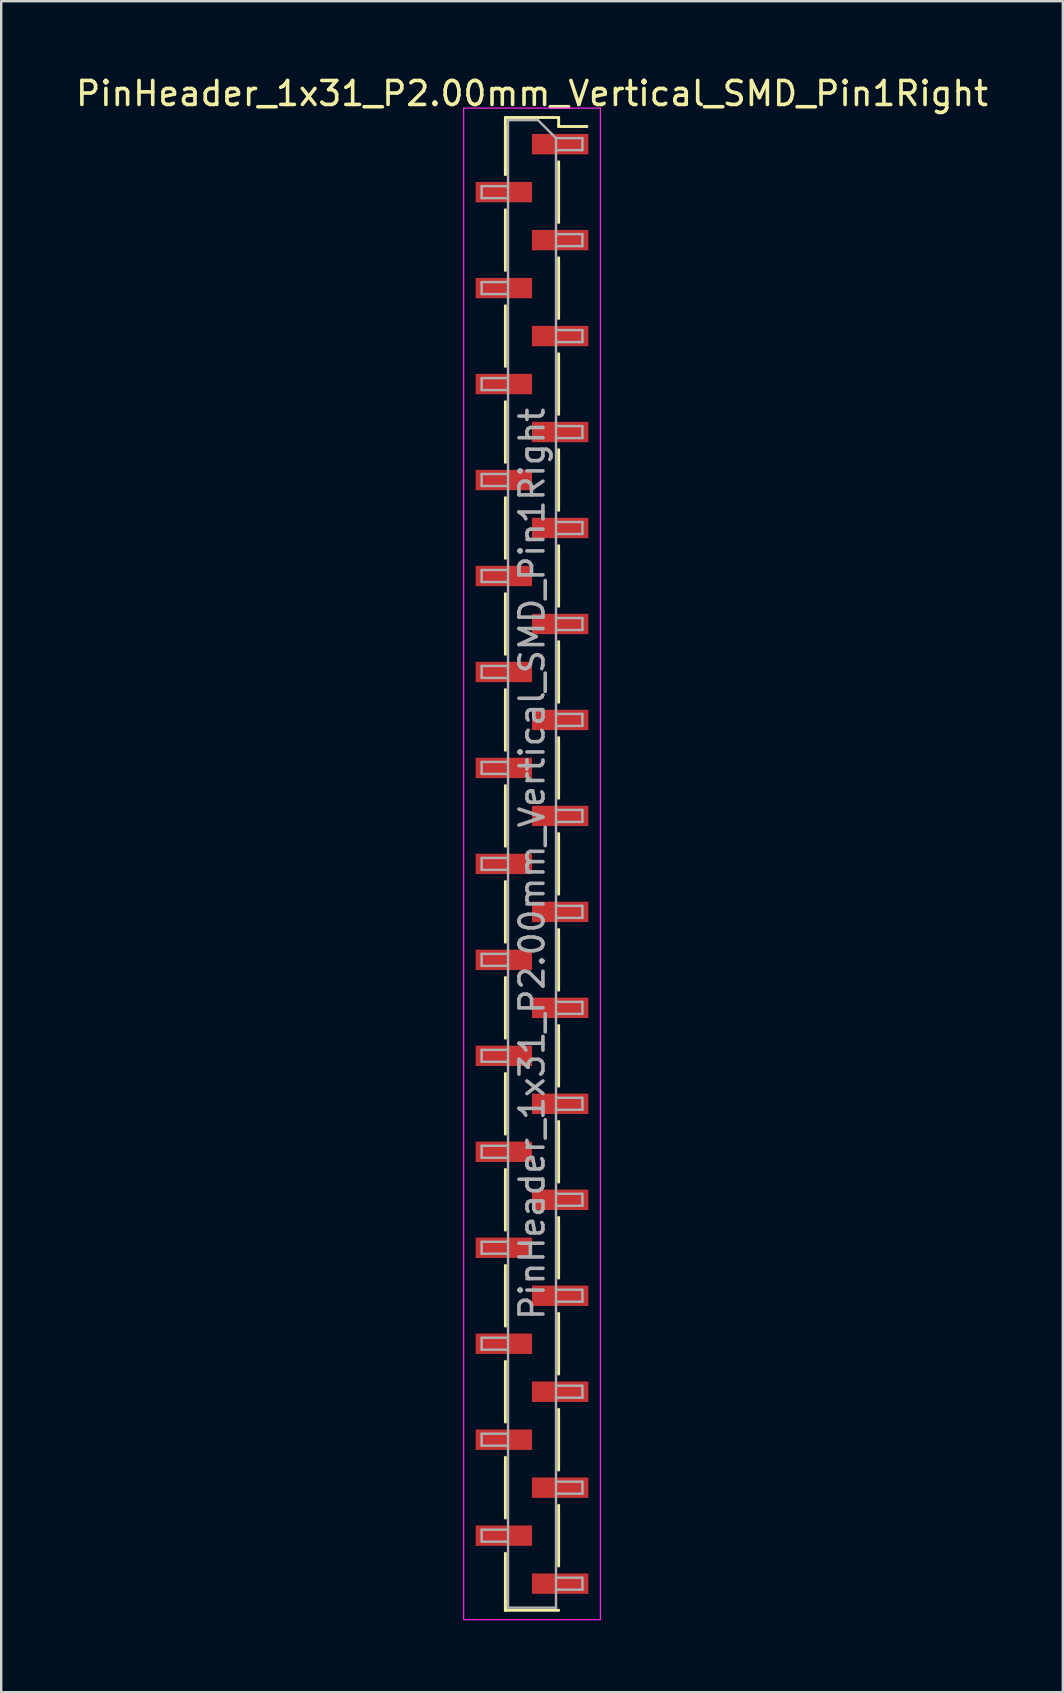
<source format=kicad_pcb>
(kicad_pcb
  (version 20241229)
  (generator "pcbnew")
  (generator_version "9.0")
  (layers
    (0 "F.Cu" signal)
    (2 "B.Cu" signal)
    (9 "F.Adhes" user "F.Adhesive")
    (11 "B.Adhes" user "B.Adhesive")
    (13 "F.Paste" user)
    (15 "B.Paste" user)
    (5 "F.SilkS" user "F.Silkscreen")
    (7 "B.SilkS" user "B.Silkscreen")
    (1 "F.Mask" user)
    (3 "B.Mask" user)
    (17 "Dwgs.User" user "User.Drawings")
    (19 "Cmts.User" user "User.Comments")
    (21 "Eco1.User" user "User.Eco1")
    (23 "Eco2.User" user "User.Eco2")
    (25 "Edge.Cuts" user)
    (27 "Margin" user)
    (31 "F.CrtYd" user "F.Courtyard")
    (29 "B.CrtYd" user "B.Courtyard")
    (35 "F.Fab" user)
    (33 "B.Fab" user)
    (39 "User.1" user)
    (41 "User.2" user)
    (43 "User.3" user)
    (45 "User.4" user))
  (footprint "PinHeader_1x31_P2.00mm_Vertical_SMD_Pin1Right"
    (layer "F.Cu")
    (at 19.125 32.958)
    (property "Reference" "PinHeader_1x31_P2.00mm_Vertical_SMD_Pin1Right" (at 0 -32.11 0) (layer "F.SilkS") (effects (font (size 1 1) (thickness 0.15))))
    (attr smd)
    (fp_line (start -1.11 -31.11) (end -1.11 -28.735) (stroke (width 0.12) (type solid)) (layer "F.SilkS"))
    (fp_line (start -1.11 -31.11) (end 1.11 -31.11) (stroke (width 0.12) (type solid)) (layer "F.SilkS"))
    (fp_line (start -1.11 -30.735) (end -1.11 -28.735) (stroke (width 0.12) (type solid)) (layer "F.SilkS"))
    (fp_line (start -1.11 -27.265) (end -1.11 -24.735) (stroke (width 0.12) (type solid)) (layer "F.SilkS"))
    (fp_line (start -1.11 -23.265) (end -1.11 -20.735) (stroke (width 0.12) (type solid)) (layer "F.SilkS"))
    (fp_line (start -1.11 -19.265) (end -1.11 -16.735) (stroke (width 0.12) (type solid)) (layer "F.SilkS"))
    (fp_line (start -1.11 -15.265) (end -1.11 -12.735) (stroke (width 0.12) (type solid)) (layer "F.SilkS"))
    (fp_line (start -1.11 -11.265) (end -1.11 -8.735) (stroke (width 0.12) (type solid)) (layer "F.SilkS"))
    (fp_line (start -1.11 -7.265) (end -1.11 -4.735) (stroke (width 0.12) (type solid)) (layer "F.SilkS"))
    (fp_line (start -1.11 -3.265) (end -1.11 -0.735) (stroke (width 0.12) (type solid)) (layer "F.SilkS"))
    (fp_line (start -1.11 0.735) (end -1.11 3.265) (stroke (width 0.12) (type solid)) (layer "F.SilkS"))
    (fp_line (start -1.11 4.735) (end -1.11 7.265) (stroke (width 0.12) (type solid)) (layer "F.SilkS"))
    (fp_line (start -1.11 8.735) (end -1.11 11.265) (stroke (width 0.12) (type solid)) (layer "F.SilkS"))
    (fp_line (start -1.11 12.735) (end -1.11 15.265) (stroke (width 0.12) (type solid)) (layer "F.SilkS"))
    (fp_line (start -1.11 16.735) (end -1.11 19.265) (stroke (width 0.12) (type solid)) (layer "F.SilkS"))
    (fp_line (start -1.11 20.735) (end -1.11 23.265) (stroke (width 0.12) (type solid)) (layer "F.SilkS"))
    (fp_line (start -1.11 24.735) (end -1.11 27.265) (stroke (width 0.12) (type solid)) (layer "F.SilkS"))
    (fp_line (start -1.11 28.735) (end -1.11 31.11) (stroke (width 0.12) (type solid)) (layer "F.SilkS"))
    (fp_line (start -1.11 30.735) (end -1.11 31.11) (stroke (width 0.12) (type solid)) (layer "F.SilkS"))
    (fp_line (start -1.11 31.11) (end 1.11 31.11) (stroke (width 0.12) (type solid)) (layer "F.SilkS"))
    (fp_line (start 1.11 -31.11) (end 1.11 -30.735) (stroke (width 0.12) (type solid)) (layer "F.SilkS"))
    (fp_line (start 1.11 -30.735) (end 2.29 -30.735) (stroke (width 0.12) (type solid)) (layer "F.SilkS"))
    (fp_line (start 1.11 -29.265) (end 1.11 -26.735) (stroke (width 0.12) (type solid)) (layer "F.SilkS"))
    (fp_line (start 1.11 -25.265) (end 1.11 -22.735) (stroke (width 0.12) (type solid)) (layer "F.SilkS"))
    (fp_line (start 1.11 -21.265) (end 1.11 -18.735) (stroke (width 0.12) (type solid)) (layer "F.SilkS"))
    (fp_line (start 1.11 -17.265) (end 1.11 -14.735) (stroke (width 0.12) (type solid)) (layer "F.SilkS"))
    (fp_line (start 1.11 -13.265) (end 1.11 -10.735) (stroke (width 0.12) (type solid)) (layer "F.SilkS"))
    (fp_line (start 1.11 -9.265) (end 1.11 -6.735) (stroke (width 0.12) (type solid)) (layer "F.SilkS"))
    (fp_line (start 1.11 -5.265) (end 1.11 -2.735) (stroke (width 0.12) (type solid)) (layer "F.SilkS"))
    (fp_line (start 1.11 -1.265) (end 1.11 1.265) (stroke (width 0.12) (type solid)) (layer "F.SilkS"))
    (fp_line (start 1.11 2.735) (end 1.11 5.265) (stroke (width 0.12) (type solid)) (layer "F.SilkS"))
    (fp_line (start 1.11 6.735) (end 1.11 9.265) (stroke (width 0.12) (type solid)) (layer "F.SilkS"))
    (fp_line (start 1.11 10.735) (end 1.11 13.265) (stroke (width 0.12) (type solid)) (layer "F.SilkS"))
    (fp_line (start 1.11 14.735) (end 1.11 17.265) (stroke (width 0.12) (type solid)) (layer "F.SilkS"))
    (fp_line (start 1.11 18.735) (end 1.11 21.265) (stroke (width 0.12) (type solid)) (layer "F.SilkS"))
    (fp_line (start 1.11 22.735) (end 1.11 25.265) (stroke (width 0.12) (type solid)) (layer "F.SilkS"))
    (fp_line (start 1.11 26.735) (end 1.11 29.265) (stroke (width 0.12) (type solid)) (layer "F.SilkS"))
    (fp_line (start -2.85 -31.5) (end -2.85 31.5) (stroke (width 0.05) (type solid)) (layer "F.CrtYd"))
    (fp_line (start -2.85 31.5) (end 2.85 31.5) (stroke (width 0.05) (type solid)) (layer "F.CrtYd"))
    (fp_line (start 2.85 -31.5) (end -2.85 -31.5) (stroke (width 0.05) (type solid)) (layer "F.CrtYd"))
    (fp_line (start 2.85 31.5) (end 2.85 -31.5) (stroke (width 0.05) (type solid)) (layer "F.CrtYd"))
    (fp_line (start -2.1 -28.25) (end -2.1 -27.75) (stroke (width 0.1) (type solid)) (layer "F.Fab"))
    (fp_line (start -2.1 -27.75) (end -1 -27.75) (stroke (width 0.1) (type solid)) (layer "F.Fab"))
    (fp_line (start -2.1 -24.25) (end -2.1 -23.75) (stroke (width 0.1) (type solid)) (layer "F.Fab"))
    (fp_line (start -2.1 -23.75) (end -1 -23.75) (stroke (width 0.1) (type solid)) (layer "F.Fab"))
    (fp_line (start -2.1 -20.25) (end -2.1 -19.75) (stroke (width 0.1) (type solid)) (layer "F.Fab"))
    (fp_line (start -2.1 -19.75) (end -1 -19.75) (stroke (width 0.1) (type solid)) (layer "F.Fab"))
    (fp_line (start -2.1 -16.25) (end -2.1 -15.75) (stroke (width 0.1) (type solid)) (layer "F.Fab"))
    (fp_line (start -2.1 -15.75) (end -1 -15.75) (stroke (width 0.1) (type solid)) (layer "F.Fab"))
    (fp_line (start -2.1 -12.25) (end -2.1 -11.75) (stroke (width 0.1) (type solid)) (layer "F.Fab"))
    (fp_line (start -2.1 -11.75) (end -1 -11.75) (stroke (width 0.1) (type solid)) (layer "F.Fab"))
    (fp_line (start -2.1 -8.25) (end -2.1 -7.75) (stroke (width 0.1) (type solid)) (layer "F.Fab"))
    (fp_line (start -2.1 -7.75) (end -1 -7.75) (stroke (width 0.1) (type solid)) (layer "F.Fab"))
    (fp_line (start -2.1 -4.25) (end -2.1 -3.75) (stroke (width 0.1) (type solid)) (layer "F.Fab"))
    (fp_line (start -2.1 -3.75) (end -1 -3.75) (stroke (width 0.1) (type solid)) (layer "F.Fab"))
    (fp_line (start -2.1 -0.25) (end -2.1 0.25) (stroke (width 0.1) (type solid)) (layer "F.Fab"))
    (fp_line (start -2.1 0.25) (end -1 0.25) (stroke (width 0.1) (type solid)) (layer "F.Fab"))
    (fp_line (start -2.1 3.75) (end -2.1 4.25) (stroke (width 0.1) (type solid)) (layer "F.Fab"))
    (fp_line (start -2.1 4.25) (end -1 4.25) (stroke (width 0.1) (type solid)) (layer "F.Fab"))
    (fp_line (start -2.1 7.75) (end -2.1 8.25) (stroke (width 0.1) (type solid)) (layer "F.Fab"))
    (fp_line (start -2.1 8.25) (end -1 8.25) (stroke (width 0.1) (type solid)) (layer "F.Fab"))
    (fp_line (start -2.1 11.75) (end -2.1 12.25) (stroke (width 0.1) (type solid)) (layer "F.Fab"))
    (fp_line (start -2.1 12.25) (end -1 12.25) (stroke (width 0.1) (type solid)) (layer "F.Fab"))
    (fp_line (start -2.1 15.75) (end -2.1 16.25) (stroke (width 0.1) (type solid)) (layer "F.Fab"))
    (fp_line (start -2.1 16.25) (end -1 16.25) (stroke (width 0.1) (type solid)) (layer "F.Fab"))
    (fp_line (start -2.1 19.75) (end -2.1 20.25) (stroke (width 0.1) (type solid)) (layer "F.Fab"))
    (fp_line (start -2.1 20.25) (end -1 20.25) (stroke (width 0.1) (type solid)) (layer "F.Fab"))
    (fp_line (start -2.1 23.75) (end -2.1 24.25) (stroke (width 0.1) (type solid)) (layer "F.Fab"))
    (fp_line (start -2.1 24.25) (end -1 24.25) (stroke (width 0.1) (type solid)) (layer "F.Fab"))
    (fp_line (start -2.1 27.75) (end -2.1 28.25) (stroke (width 0.1) (type solid)) (layer "F.Fab"))
    (fp_line (start -2.1 28.25) (end -1 28.25) (stroke (width 0.1) (type solid)) (layer "F.Fab"))
    (fp_line (start -1 -31) (end -1 31) (stroke (width 0.1) (type solid)) (layer "F.Fab"))
    (fp_line (start -1 -31) (end 0.25 -31) (stroke (width 0.1) (type solid)) (layer "F.Fab"))
    (fp_line (start -1 -28.25) (end -2.1 -28.25) (stroke (width 0.1) (type solid)) (layer "F.Fab"))
    (fp_line (start -1 -24.25) (end -2.1 -24.25) (stroke (width 0.1) (type solid)) (layer "F.Fab"))
    (fp_line (start -1 -20.25) (end -2.1 -20.25) (stroke (width 0.1) (type solid)) (layer "F.Fab"))
    (fp_line (start -1 -16.25) (end -2.1 -16.25) (stroke (width 0.1) (type solid)) (layer "F.Fab"))
    (fp_line (start -1 -12.25) (end -2.1 -12.25) (stroke (width 0.1) (type solid)) (layer "F.Fab"))
    (fp_line (start -1 -8.25) (end -2.1 -8.25) (stroke (width 0.1) (type solid)) (layer "F.Fab"))
    (fp_line (start -1 -4.25) (end -2.1 -4.25) (stroke (width 0.1) (type solid)) (layer "F.Fab"))
    (fp_line (start -1 -0.25) (end -2.1 -0.25) (stroke (width 0.1) (type solid)) (layer "F.Fab"))
    (fp_line (start -1 3.75) (end -2.1 3.75) (stroke (width 0.1) (type solid)) (layer "F.Fab"))
    (fp_line (start -1 7.75) (end -2.1 7.75) (stroke (width 0.1) (type solid)) (layer "F.Fab"))
    (fp_line (start -1 11.75) (end -2.1 11.75) (stroke (width 0.1) (type solid)) (layer "F.Fab"))
    (fp_line (start -1 15.75) (end -2.1 15.75) (stroke (width 0.1) (type solid)) (layer "F.Fab"))
    (fp_line (start -1 19.75) (end -2.1 19.75) (stroke (width 0.1) (type solid)) (layer "F.Fab"))
    (fp_line (start -1 23.75) (end -2.1 23.75) (stroke (width 0.1) (type solid)) (layer "F.Fab"))
    (fp_line (start -1 27.75) (end -2.1 27.75) (stroke (width 0.1) (type solid)) (layer "F.Fab"))
    (fp_line (start 1 -30.25) (end 0.25 -31) (stroke (width 0.1) (type solid)) (layer "F.Fab"))
    (fp_line (start 1 -30.25) (end 2.1 -30.25) (stroke (width 0.1) (type solid)) (layer "F.Fab"))
    (fp_line (start 1 -26.25) (end 2.1 -26.25) (stroke (width 0.1) (type solid)) (layer "F.Fab"))
    (fp_line (start 1 -22.25) (end 2.1 -22.25) (stroke (width 0.1) (type solid)) (layer "F.Fab"))
    (fp_line (start 1 -18.25) (end 2.1 -18.25) (stroke (width 0.1) (type solid)) (layer "F.Fab"))
    (fp_line (start 1 -14.25) (end 2.1 -14.25) (stroke (width 0.1) (type solid)) (layer "F.Fab"))
    (fp_line (start 1 -10.25) (end 2.1 -10.25) (stroke (width 0.1) (type solid)) (layer "F.Fab"))
    (fp_line (start 1 -6.25) (end 2.1 -6.25) (stroke (width 0.1) (type solid)) (layer "F.Fab"))
    (fp_line (start 1 -2.25) (end 2.1 -2.25) (stroke (width 0.1) (type solid)) (layer "F.Fab"))
    (fp_line (start 1 1.75) (end 2.1 1.75) (stroke (width 0.1) (type solid)) (layer "F.Fab"))
    (fp_line (start 1 5.75) (end 2.1 5.75) (stroke (width 0.1) (type solid)) (layer "F.Fab"))
    (fp_line (start 1 9.75) (end 2.1 9.75) (stroke (width 0.1) (type solid)) (layer "F.Fab"))
    (fp_line (start 1 13.75) (end 2.1 13.75) (stroke (width 0.1) (type solid)) (layer "F.Fab"))
    (fp_line (start 1 17.75) (end 2.1 17.75) (stroke (width 0.1) (type solid)) (layer "F.Fab"))
    (fp_line (start 1 21.75) (end 2.1 21.75) (stroke (width 0.1) (type solid)) (layer "F.Fab"))
    (fp_line (start 1 25.75) (end 2.1 25.75) (stroke (width 0.1) (type solid)) (layer "F.Fab"))
    (fp_line (start 1 29.75) (end 2.1 29.75) (stroke (width 0.1) (type solid)) (layer "F.Fab"))
    (fp_line (start 1 31) (end -1 31) (stroke (width 0.1) (type solid)) (layer "F.Fab"))
    (fp_line (start 1 31) (end 1 -30.25) (stroke (width 0.1) (type solid)) (layer "F.Fab"))
    (fp_line (start 2.1 -30.25) (end 2.1 -29.75) (stroke (width 0.1) (type solid)) (layer "F.Fab"))
    (fp_line (start 2.1 -29.75) (end 1 -29.75) (stroke (width 0.1) (type solid)) (layer "F.Fab"))
    (fp_line (start 2.1 -26.25) (end 2.1 -25.75) (stroke (width 0.1) (type solid)) (layer "F.Fab"))
    (fp_line (start 2.1 -25.75) (end 1 -25.75) (stroke (width 0.1) (type solid)) (layer "F.Fab"))
    (fp_line (start 2.1 -22.25) (end 2.1 -21.75) (stroke (width 0.1) (type solid)) (layer "F.Fab"))
    (fp_line (start 2.1 -21.75) (end 1 -21.75) (stroke (width 0.1) (type solid)) (layer "F.Fab"))
    (fp_line (start 2.1 -18.25) (end 2.1 -17.75) (stroke (width 0.1) (type solid)) (layer "F.Fab"))
    (fp_line (start 2.1 -17.75) (end 1 -17.75) (stroke (width 0.1) (type solid)) (layer "F.Fab"))
    (fp_line (start 2.1 -14.25) (end 2.1 -13.75) (stroke (width 0.1) (type solid)) (layer "F.Fab"))
    (fp_line (start 2.1 -13.75) (end 1 -13.75) (stroke (width 0.1) (type solid)) (layer "F.Fab"))
    (fp_line (start 2.1 -10.25) (end 2.1 -9.75) (stroke (width 0.1) (type solid)) (layer "F.Fab"))
    (fp_line (start 2.1 -9.75) (end 1 -9.75) (stroke (width 0.1) (type solid)) (layer "F.Fab"))
    (fp_line (start 2.1 -6.25) (end 2.1 -5.75) (stroke (width 0.1) (type solid)) (layer "F.Fab"))
    (fp_line (start 2.1 -5.75) (end 1 -5.75) (stroke (width 0.1) (type solid)) (layer "F.Fab"))
    (fp_line (start 2.1 -2.25) (end 2.1 -1.75) (stroke (width 0.1) (type solid)) (layer "F.Fab"))
    (fp_line (start 2.1 -1.75) (end 1 -1.75) (stroke (width 0.1) (type solid)) (layer "F.Fab"))
    (fp_line (start 2.1 1.75) (end 2.1 2.25) (stroke (width 0.1) (type solid)) (layer "F.Fab"))
    (fp_line (start 2.1 2.25) (end 1 2.25) (stroke (width 0.1) (type solid)) (layer "F.Fab"))
    (fp_line (start 2.1 5.75) (end 2.1 6.25) (stroke (width 0.1) (type solid)) (layer "F.Fab"))
    (fp_line (start 2.1 6.25) (end 1 6.25) (stroke (width 0.1) (type solid)) (layer "F.Fab"))
    (fp_line (start 2.1 9.75) (end 2.1 10.25) (stroke (width 0.1) (type solid)) (layer "F.Fab"))
    (fp_line (start 2.1 10.25) (end 1 10.25) (stroke (width 0.1) (type solid)) (layer "F.Fab"))
    (fp_line (start 2.1 13.75) (end 2.1 14.25) (stroke (width 0.1) (type solid)) (layer "F.Fab"))
    (fp_line (start 2.1 14.25) (end 1 14.25) (stroke (width 0.1) (type solid)) (layer "F.Fab"))
    (fp_line (start 2.1 17.75) (end 2.1 18.25) (stroke (width 0.1) (type solid)) (layer "F.Fab"))
    (fp_line (start 2.1 18.25) (end 1 18.25) (stroke (width 0.1) (type solid)) (layer "F.Fab"))
    (fp_line (start 2.1 21.75) (end 2.1 22.25) (stroke (width 0.1) (type solid)) (layer "F.Fab"))
    (fp_line (start 2.1 22.25) (end 1 22.25) (stroke (width 0.1) (type solid)) (layer "F.Fab"))
    (fp_line (start 2.1 25.75) (end 2.1 26.25) (stroke (width 0.1) (type solid)) (layer "F.Fab"))
    (fp_line (start 2.1 26.25) (end 1 26.25) (stroke (width 0.1) (type solid)) (layer "F.Fab"))
    (fp_line (start 2.1 29.75) (end 2.1 30.25) (stroke (width 0.1) (type solid)) (layer "F.Fab"))
    (fp_line (start 2.1 30.25) (end 1 30.25) (stroke (width 0.1) (type solid)) (layer "F.Fab"))
    (fp_text user "${REFERENCE}" (at 0 0 90) (layer "F.Fab") (effects (font (size 1 1) (thickness 0.15))))
    (pad "1" smd rect (at 1.175 -30) (size 2.35 0.85) (layers "F.Cu" "F.Mask" "F.Paste"))
    (pad "2" smd rect (at -1.175 -28) (size 2.35 0.85) (layers "F.Cu" "F.Mask" "F.Paste"))
    (pad "3" smd rect (at 1.175 -26) (size 2.35 0.85) (layers "F.Cu" "F.Mask" "F.Paste"))
    (pad "4" smd rect (at -1.175 -24) (size 2.35 0.85) (layers "F.Cu" "F.Mask" "F.Paste"))
    (pad "5" smd rect (at 1.175 -22) (size 2.35 0.85) (layers "F.Cu" "F.Mask" "F.Paste"))
    (pad "6" smd rect (at -1.175 -20) (size 2.35 0.85) (layers "F.Cu" "F.Mask" "F.Paste"))
    (pad "7" smd rect (at 1.175 -18) (size 2.35 0.85) (layers "F.Cu" "F.Mask" "F.Paste"))
    (pad "8" smd rect (at -1.175 -16) (size 2.35 0.85) (layers "F.Cu" "F.Mask" "F.Paste"))
    (pad "9" smd rect (at 1.175 -14) (size 2.35 0.85) (layers "F.Cu" "F.Mask" "F.Paste"))
    (pad "10" smd rect (at -1.175 -12) (size 2.35 0.85) (layers "F.Cu" "F.Mask" "F.Paste"))
    (pad "11" smd rect (at 1.175 -10) (size 2.35 0.85) (layers "F.Cu" "F.Mask" "F.Paste"))
    (pad "12" smd rect (at -1.175 -8) (size 2.35 0.85) (layers "F.Cu" "F.Mask" "F.Paste"))
    (pad "13" smd rect (at 1.175 -6) (size 2.35 0.85) (layers "F.Cu" "F.Mask" "F.Paste"))
    (pad "14" smd rect (at -1.175 -4) (size 2.35 0.85) (layers "F.Cu" "F.Mask" "F.Paste"))
    (pad "15" smd rect (at 1.175 -2) (size 2.35 0.85) (layers "F.Cu" "F.Mask" "F.Paste"))
    (pad "16" smd rect (at -1.175 0) (size 2.35 0.85) (layers "F.Cu" "F.Mask" "F.Paste"))
    (pad "17" smd rect (at 1.175 2) (size 2.35 0.85) (layers "F.Cu" "F.Mask" "F.Paste"))
    (pad "18" smd rect (at -1.175 4) (size 2.35 0.85) (layers "F.Cu" "F.Mask" "F.Paste"))
    (pad "19" smd rect (at 1.175 6) (size 2.35 0.85) (layers "F.Cu" "F.Mask" "F.Paste"))
    (pad "20" smd rect (at -1.175 8) (size 2.35 0.85) (layers "F.Cu" "F.Mask" "F.Paste"))
    (pad "21" smd rect (at 1.175 10) (size 2.35 0.85) (layers "F.Cu" "F.Mask" "F.Paste"))
    (pad "22" smd rect (at -1.175 12) (size 2.35 0.85) (layers "F.Cu" "F.Mask" "F.Paste"))
    (pad "23" smd rect (at 1.175 14) (size 2.35 0.85) (layers "F.Cu" "F.Mask" "F.Paste"))
    (pad "24" smd rect (at -1.175 16) (size 2.35 0.85) (layers "F.Cu" "F.Mask" "F.Paste"))
    (pad "25" smd rect (at 1.175 18) (size 2.35 0.85) (layers "F.Cu" "F.Mask" "F.Paste"))
    (pad "26" smd rect (at -1.175 20) (size 2.35 0.85) (layers "F.Cu" "F.Mask" "F.Paste"))
    (pad "27" smd rect (at 1.175 22) (size 2.35 0.85) (layers "F.Cu" "F.Mask" "F.Paste"))
    (pad "28" smd rect (at -1.175 24) (size 2.35 0.85) (layers "F.Cu" "F.Mask" "F.Paste"))
    (pad "29" smd rect (at 1.175 26) (size 2.35 0.85) (layers "F.Cu" "F.Mask" "F.Paste"))
    (pad "30" smd rect (at -1.175 28) (size 2.35 0.85) (layers "F.Cu" "F.Mask" "F.Paste"))
    (pad "31" smd rect (at 1.175 30) (size 2.35 0.85) (layers "F.Cu" "F.Mask" "F.Paste")))
  (gr_rect
    (start -3 -3)
    (end 41.25 67.483)
    (stroke (width 0.1) (type default))
    (fill no)
    (layer "Edge.Cuts")))
</source>
